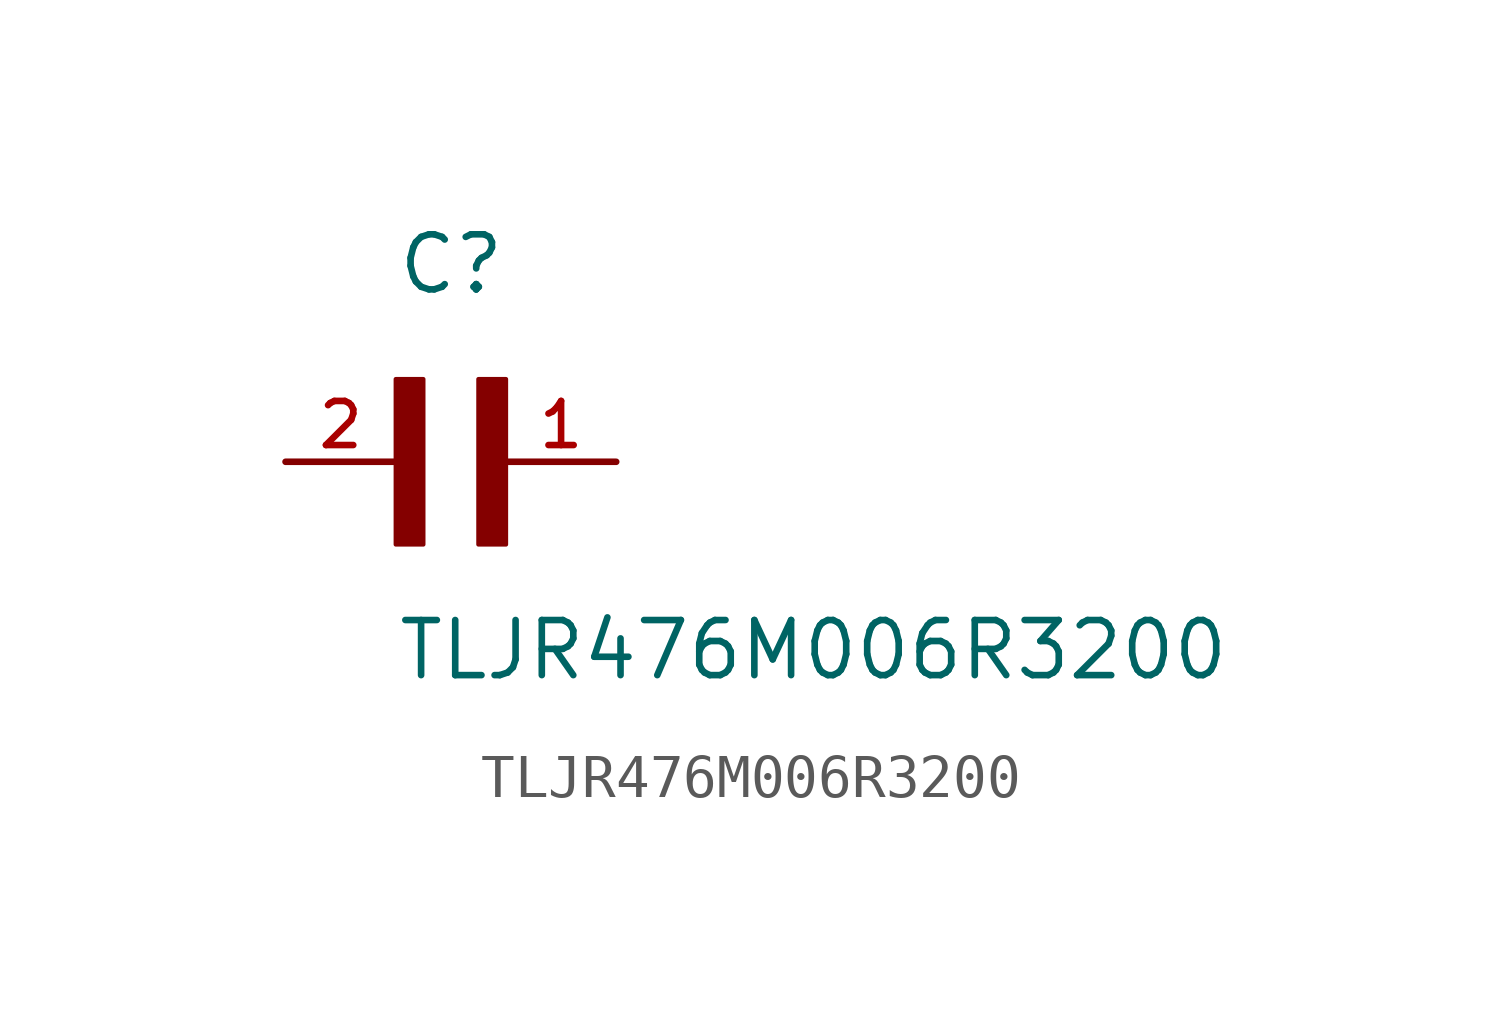
<source format=kicad_sym>
(kicad_symbol_lib
  (version 20211014)
  (generator kicad_symbol_editor)
  (symbol "TLJR476M006R3200"
    (pin_names
      (offset 1.016))
    (property "Reference" "C"
      (at 0.0 3.81 0)
      (effects (font (size 1.27 1.27)) (justify bottom left)))
    (property "Value" "TLJR476M006R3200"
      (at 0.0 -5.08 0)
      (effects (font (size 1.27 1.27)) (justify bottom left)))
    (symbol "TLJR476M006R3200_0_0"
      (rectangle (start 0.0 -1.905) (end 0.635 1.905) (stroke (width 0.1)) (fill (type outline)))
      (rectangle (start 1.905 -1.905) (end 2.54 1.905) (stroke (width 0.1)) (fill (type outline)))
      (pin passive line (at 5.08 0.0 180.0) (length 2.54) (name "~" (effects (font (size 1.016 1.016)))) (number "1" (effects (font (size 1.016 1.016)))))
      (pin passive line (at -2.54 0.0 0) (length 2.54) (name "~" (effects (font (size 1.016 1.016)))) (number "2" (effects (font (size 1.016 1.016))))))))
</source>
